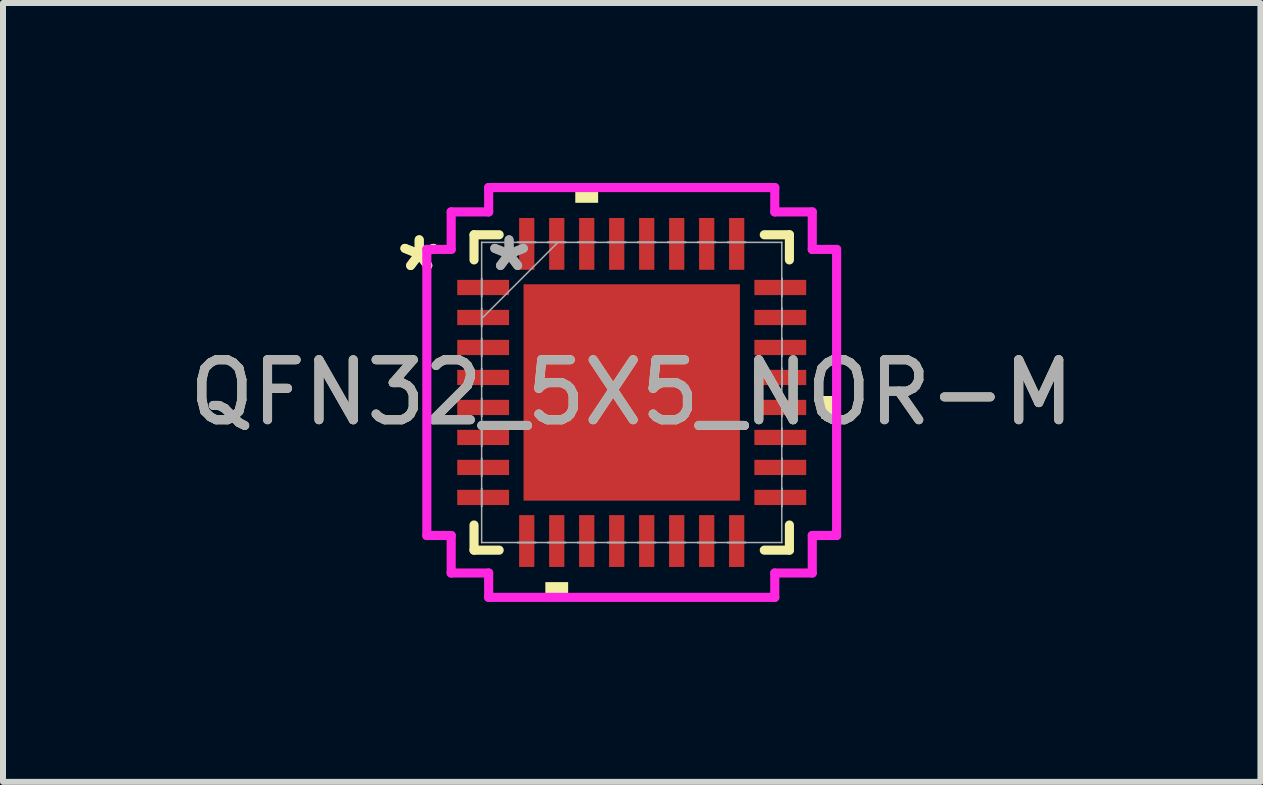
<source format=kicad_pcb>
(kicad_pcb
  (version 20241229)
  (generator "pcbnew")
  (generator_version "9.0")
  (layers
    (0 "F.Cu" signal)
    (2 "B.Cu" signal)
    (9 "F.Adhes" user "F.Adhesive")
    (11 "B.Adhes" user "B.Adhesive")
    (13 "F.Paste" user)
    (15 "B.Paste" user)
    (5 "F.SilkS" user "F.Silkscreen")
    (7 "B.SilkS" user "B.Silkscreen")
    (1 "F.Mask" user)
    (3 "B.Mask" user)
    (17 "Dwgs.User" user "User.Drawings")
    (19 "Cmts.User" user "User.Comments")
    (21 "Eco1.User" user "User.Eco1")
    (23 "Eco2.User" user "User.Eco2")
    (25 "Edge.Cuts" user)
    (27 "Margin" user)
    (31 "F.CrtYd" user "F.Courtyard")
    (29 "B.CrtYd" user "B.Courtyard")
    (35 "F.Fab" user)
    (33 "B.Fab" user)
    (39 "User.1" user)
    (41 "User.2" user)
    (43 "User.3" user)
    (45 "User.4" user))
  (footprint "QFN32_5X5_NOR-M"
    (layer "F.Cu")
    (at 7.482 3.493)
    (property "Reference" "QFN32_5X5_NOR-M" (at 0 0 0) (unlocked yes) (layer "F.SilkS") (effects (font (size 1 1) (thickness 0.15))))
    (attr smd)
    (fp_line (start -2.629 -2.629) (end -2.629 -2.21) (stroke (width 0.152) (type solid)) (layer "F.SilkS"))
    (fp_line (start -2.629 2.21) (end -2.629 2.629) (stroke (width 0.152) (type solid)) (layer "F.SilkS"))
    (fp_line (start -2.629 2.629) (end -2.21 2.629) (stroke (width 0.152) (type solid)) (layer "F.SilkS"))
    (fp_line (start -2.21 -2.629) (end -2.629 -2.629) (stroke (width 0.152) (type solid)) (layer "F.SilkS"))
    (fp_line (start 2.21 2.629) (end 2.629 2.629) (stroke (width 0.152) (type solid)) (layer "F.SilkS"))
    (fp_line (start 2.629 -2.629) (end 2.21 -2.629) (stroke (width 0.152) (type solid)) (layer "F.SilkS"))
    (fp_line (start 2.629 -2.21) (end 2.629 -2.629) (stroke (width 0.152) (type solid)) (layer "F.SilkS"))
    (fp_line (start 2.629 2.629) (end 2.629 2.21) (stroke (width 0.152) (type solid)) (layer "F.SilkS"))
    (fp_poly (pts (xy -1.44 3.162) (xy -1.44 3.416) (xy -1.06 3.416) (xy -1.06 3.162)) (stroke (width 0) (type solid)) (fill yes) (layer "F.SilkS"))
    (fp_poly (pts (xy -0.941 -3.162) (xy -0.941 -3.416) (xy -0.56 -3.416) (xy -0.56 -3.162)) (stroke (width 0) (type solid)) (fill yes) (layer "F.SilkS"))
    (fp_poly (pts (xy 3.416 0.059) (xy 3.416 0.441) (xy 3.162 0.441) (xy 3.162 0.059)) (stroke (width 0) (type solid)) (fill yes) (layer "F.SilkS"))
    (fp_poly (pts (xy -1.703 -1.703) (xy -1.703 -0.1) (xy -0.1 -0.1) (xy -0.1 -1.703)) (stroke (width 0) (type solid)) (fill yes) (layer "F.Paste"))
    (fp_poly (pts (xy -1.703 0.1) (xy -1.703 1.703) (xy -0.1 1.703) (xy -0.1 0.1)) (stroke (width 0) (type solid)) (fill yes) (layer "F.Paste"))
    (fp_poly (pts (xy 0.1 -1.703) (xy 0.1 -0.1) (xy 1.703 -0.1) (xy 1.703 -1.703)) (stroke (width 0) (type solid)) (fill yes) (layer "F.Paste"))
    (fp_poly (pts (xy 0.1 0.1) (xy 0.1 1.703) (xy 1.703 1.703) (xy 1.703 0.1)) (stroke (width 0) (type solid)) (fill yes) (layer "F.Paste"))
    (fp_line (start -3.416 -2.385) (end -3.01 -2.385) (stroke (width 0.152) (type solid)) (layer "F.CrtYd"))
    (fp_line (start -3.416 2.385) (end -3.416 -2.385) (stroke (width 0.152) (type solid)) (layer "F.CrtYd"))
    (fp_line (start -3.01 -3.01) (end -2.385 -3.01) (stroke (width 0.152) (type solid)) (layer "F.CrtYd"))
    (fp_line (start -3.01 -2.385) (end -3.01 -3.01) (stroke (width 0.152) (type solid)) (layer "F.CrtYd"))
    (fp_line (start -3.01 2.385) (end -3.416 2.385) (stroke (width 0.152) (type solid)) (layer "F.CrtYd"))
    (fp_line (start -3.01 3.01) (end -3.01 2.385) (stroke (width 0.152) (type solid)) (layer "F.CrtYd"))
    (fp_line (start -2.385 -3.416) (end 2.385 -3.416) (stroke (width 0.152) (type solid)) (layer "F.CrtYd"))
    (fp_line (start -2.385 -3.01) (end -2.385 -3.416) (stroke (width 0.152) (type solid)) (layer "F.CrtYd"))
    (fp_line (start -2.385 3.01) (end -3.01 3.01) (stroke (width 0.152) (type solid)) (layer "F.CrtYd"))
    (fp_line (start -2.385 3.416) (end -2.385 3.01) (stroke (width 0.152) (type solid)) (layer "F.CrtYd"))
    (fp_line (start 2.385 -3.416) (end 2.385 -3.01) (stroke (width 0.152) (type solid)) (layer "F.CrtYd"))
    (fp_line (start 2.385 -3.01) (end 3.01 -3.01) (stroke (width 0.152) (type solid)) (layer "F.CrtYd"))
    (fp_line (start 2.385 3.01) (end 2.385 3.416) (stroke (width 0.152) (type solid)) (layer "F.CrtYd"))
    (fp_line (start 2.385 3.416) (end -2.385 3.416) (stroke (width 0.152) (type solid)) (layer "F.CrtYd"))
    (fp_line (start 3.01 -3.01) (end 3.01 -2.385) (stroke (width 0.152) (type solid)) (layer "F.CrtYd"))
    (fp_line (start 3.01 -2.385) (end 3.416 -2.385) (stroke (width 0.152) (type solid)) (layer "F.CrtYd"))
    (fp_line (start 3.01 2.385) (end 3.01 3.01) (stroke (width 0.152) (type solid)) (layer "F.CrtYd"))
    (fp_line (start 3.01 3.01) (end 2.385 3.01) (stroke (width 0.152) (type solid)) (layer "F.CrtYd"))
    (fp_line (start 3.416 -2.385) (end 3.416 2.385) (stroke (width 0.152) (type solid)) (layer "F.CrtYd"))
    (fp_line (start 3.416 2.385) (end 3.01 2.385) (stroke (width 0.152) (type solid)) (layer "F.CrtYd"))
    (fp_line (start -2.502 -2.502) (end -2.502 -2.502) (stroke (width 0.025) (type solid)) (layer "F.Fab"))
    (fp_line (start -2.502 -2.502) (end -2.502 2.502) (stroke (width 0.025) (type solid)) (layer "F.Fab"))
    (fp_line (start -2.502 -1.902) (end -2.502 -1.902) (stroke (width 0.025) (type solid)) (layer "F.Fab"))
    (fp_line (start -2.502 -1.902) (end -2.502 -1.598) (stroke (width 0.025) (type solid)) (layer "F.Fab"))
    (fp_line (start -2.502 -1.598) (end -2.502 -1.902) (stroke (width 0.025) (type solid)) (layer "F.Fab"))
    (fp_line (start -2.502 -1.598) (end -2.502 -1.598) (stroke (width 0.025) (type solid)) (layer "F.Fab"))
    (fp_line (start -2.502 -1.402) (end -2.502 -1.402) (stroke (width 0.025) (type solid)) (layer "F.Fab"))
    (fp_line (start -2.502 -1.402) (end -2.502 -1.098) (stroke (width 0.025) (type solid)) (layer "F.Fab"))
    (fp_line (start -2.502 -1.232) (end -1.232 -2.502) (stroke (width 0.025) (type solid)) (layer "F.Fab"))
    (fp_line (start -2.502 -1.098) (end -2.502 -1.402) (stroke (width 0.025) (type solid)) (layer "F.Fab"))
    (fp_line (start -2.502 -1.098) (end -2.502 -1.098) (stroke (width 0.025) (type solid)) (layer "F.Fab"))
    (fp_line (start -2.502 -0.902) (end -2.502 -0.902) (stroke (width 0.025) (type solid)) (layer "F.Fab"))
    (fp_line (start -2.502 -0.902) (end -2.502 -0.598) (stroke (width 0.025) (type solid)) (layer "F.Fab"))
    (fp_line (start -2.502 -0.598) (end -2.502 -0.902) (stroke (width 0.025) (type solid)) (layer "F.Fab"))
    (fp_line (start -2.502 -0.598) (end -2.502 -0.598) (stroke (width 0.025) (type solid)) (layer "F.Fab"))
    (fp_line (start -2.502 -0.402) (end -2.502 -0.402) (stroke (width 0.025) (type solid)) (layer "F.Fab"))
    (fp_line (start -2.502 -0.402) (end -2.502 -0.098) (stroke (width 0.025) (type solid)) (layer "F.Fab"))
    (fp_line (start -2.502 -0.098) (end -2.502 -0.402) (stroke (width 0.025) (type solid)) (layer "F.Fab"))
    (fp_line (start -2.502 -0.098) (end -2.502 -0.098) (stroke (width 0.025) (type solid)) (layer "F.Fab"))
    (fp_line (start -2.502 0.098) (end -2.502 0.098) (stroke (width 0.025) (type solid)) (layer "F.Fab"))
    (fp_line (start -2.502 0.098) (end -2.502 0.402) (stroke (width 0.025) (type solid)) (layer "F.Fab"))
    (fp_line (start -2.502 0.402) (end -2.502 0.098) (stroke (width 0.025) (type solid)) (layer "F.Fab"))
    (fp_line (start -2.502 0.402) (end -2.502 0.402) (stroke (width 0.025) (type solid)) (layer "F.Fab"))
    (fp_line (start -2.502 0.598) (end -2.502 0.598) (stroke (width 0.025) (type solid)) (layer "F.Fab"))
    (fp_line (start -2.502 0.598) (end -2.502 0.902) (stroke (width 0.025) (type solid)) (layer "F.Fab"))
    (fp_line (start -2.502 0.902) (end -2.502 0.598) (stroke (width 0.025) (type solid)) (layer "F.Fab"))
    (fp_line (start -2.502 0.902) (end -2.502 0.902) (stroke (width 0.025) (type solid)) (layer "F.Fab"))
    (fp_line (start -2.502 1.098) (end -2.502 1.098) (stroke (width 0.025) (type solid)) (layer "F.Fab"))
    (fp_line (start -2.502 1.098) (end -2.502 1.402) (stroke (width 0.025) (type solid)) (layer "F.Fab"))
    (fp_line (start -2.502 1.402) (end -2.502 1.098) (stroke (width 0.025) (type solid)) (layer "F.Fab"))
    (fp_line (start -2.502 1.402) (end -2.502 1.402) (stroke (width 0.025) (type solid)) (layer "F.Fab"))
    (fp_line (start -2.502 1.598) (end -2.502 1.598) (stroke (width 0.025) (type solid)) (layer "F.Fab"))
    (fp_line (start -2.502 1.598) (end -2.502 1.902) (stroke (width 0.025) (type solid)) (layer "F.Fab"))
    (fp_line (start -2.502 1.902) (end -2.502 1.598) (stroke (width 0.025) (type solid)) (layer "F.Fab"))
    (fp_line (start -2.502 1.902) (end -2.502 1.902) (stroke (width 0.025) (type solid)) (layer "F.Fab"))
    (fp_line (start -2.502 2.502) (end -2.502 2.502) (stroke (width 0.025) (type solid)) (layer "F.Fab"))
    (fp_line (start -2.502 2.502) (end 2.502 2.502) (stroke (width 0.025) (type solid)) (layer "F.Fab"))
    (fp_line (start -1.902 -2.502) (end -1.902 -2.502) (stroke (width 0.025) (type solid)) (layer "F.Fab"))
    (fp_line (start -1.902 -2.502) (end -1.598 -2.502) (stroke (width 0.025) (type solid)) (layer "F.Fab"))
    (fp_line (start -1.902 2.502) (end -1.902 2.502) (stroke (width 0.025) (type solid)) (layer "F.Fab"))
    (fp_line (start -1.902 2.502) (end -1.598 2.502) (stroke (width 0.025) (type solid)) (layer "F.Fab"))
    (fp_line (start -1.598 -2.502) (end -1.902 -2.502) (stroke (width 0.025) (type solid)) (layer "F.Fab"))
    (fp_line (start -1.598 -2.502) (end -1.598 -2.502) (stroke (width 0.025) (type solid)) (layer "F.Fab"))
    (fp_line (start -1.598 2.502) (end -1.902 2.502) (stroke (width 0.025) (type solid)) (layer "F.Fab"))
    (fp_line (start -1.598 2.502) (end -1.598 2.502) (stroke (width 0.025) (type solid)) (layer "F.Fab"))
    (fp_line (start -1.402 -2.502) (end -1.402 -2.502) (stroke (width 0.025) (type solid)) (layer "F.Fab"))
    (fp_line (start -1.402 -2.502) (end -1.098 -2.502) (stroke (width 0.025) (type solid)) (layer "F.Fab"))
    (fp_line (start -1.402 2.502) (end -1.402 2.502) (stroke (width 0.025) (type solid)) (layer "F.Fab"))
    (fp_line (start -1.402 2.502) (end -1.098 2.502) (stroke (width 0.025) (type solid)) (layer "F.Fab"))
    (fp_line (start -1.098 -2.502) (end -1.402 -2.502) (stroke (width 0.025) (type solid)) (layer "F.Fab"))
    (fp_line (start -1.098 -2.502) (end -1.098 -2.502) (stroke (width 0.025) (type solid)) (layer "F.Fab"))
    (fp_line (start -1.098 2.502) (end -1.402 2.502) (stroke (width 0.025) (type solid)) (layer "F.Fab"))
    (fp_line (start -1.098 2.502) (end -1.098 2.502) (stroke (width 0.025) (type solid)) (layer "F.Fab"))
    (fp_line (start -0.902 -2.502) (end -0.902 -2.502) (stroke (width 0.025) (type solid)) (layer "F.Fab"))
    (fp_line (start -0.902 -2.502) (end -0.598 -2.502) (stroke (width 0.025) (type solid)) (layer "F.Fab"))
    (fp_line (start -0.902 2.502) (end -0.902 2.502) (stroke (width 0.025) (type solid)) (layer "F.Fab"))
    (fp_line (start -0.902 2.502) (end -0.598 2.502) (stroke (width 0.025) (type solid)) (layer "F.Fab"))
    (fp_line (start -0.598 -2.502) (end -0.902 -2.502) (stroke (width 0.025) (type solid)) (layer "F.Fab"))
    (fp_line (start -0.598 -2.502) (end -0.598 -2.502) (stroke (width 0.025) (type solid)) (layer "F.Fab"))
    (fp_line (start -0.598 2.502) (end -0.902 2.502) (stroke (width 0.025) (type solid)) (layer "F.Fab"))
    (fp_line (start -0.598 2.502) (end -0.598 2.502) (stroke (width 0.025) (type solid)) (layer "F.Fab"))
    (fp_line (start -0.402 -2.502) (end -0.402 -2.502) (stroke (width 0.025) (type solid)) (layer "F.Fab"))
    (fp_line (start -0.402 -2.502) (end -0.098 -2.502) (stroke (width 0.025) (type solid)) (layer "F.Fab"))
    (fp_line (start -0.402 2.502) (end -0.402 2.502) (stroke (width 0.025) (type solid)) (layer "F.Fab"))
    (fp_line (start -0.402 2.502) (end -0.098 2.502) (stroke (width 0.025) (type solid)) (layer "F.Fab"))
    (fp_line (start -0.098 -2.502) (end -0.402 -2.502) (stroke (width 0.025) (type solid)) (layer "F.Fab"))
    (fp_line (start -0.098 -2.502) (end -0.098 -2.502) (stroke (width 0.025) (type solid)) (layer "F.Fab"))
    (fp_line (start -0.098 2.502) (end -0.402 2.502) (stroke (width 0.025) (type solid)) (layer "F.Fab"))
    (fp_line (start -0.098 2.502) (end -0.098 2.502) (stroke (width 0.025) (type solid)) (layer "F.Fab"))
    (fp_line (start 0.098 -2.502) (end 0.098 -2.502) (stroke (width 0.025) (type solid)) (layer "F.Fab"))
    (fp_line (start 0.098 -2.502) (end 0.402 -2.502) (stroke (width 0.025) (type solid)) (layer "F.Fab"))
    (fp_line (start 0.098 2.502) (end 0.098 2.502) (stroke (width 0.025) (type solid)) (layer "F.Fab"))
    (fp_line (start 0.098 2.502) (end 0.402 2.502) (stroke (width 0.025) (type solid)) (layer "F.Fab"))
    (fp_line (start 0.402 -2.502) (end 0.098 -2.502) (stroke (width 0.025) (type solid)) (layer "F.Fab"))
    (fp_line (start 0.402 -2.502) (end 0.402 -2.502) (stroke (width 0.025) (type solid)) (layer "F.Fab"))
    (fp_line (start 0.402 2.502) (end 0.098 2.502) (stroke (width 0.025) (type solid)) (layer "F.Fab"))
    (fp_line (start 0.402 2.502) (end 0.402 2.502) (stroke (width 0.025) (type solid)) (layer "F.Fab"))
    (fp_line (start 0.598 -2.502) (end 0.598 -2.502) (stroke (width 0.025) (type solid)) (layer "F.Fab"))
    (fp_line (start 0.598 -2.502) (end 0.902 -2.502) (stroke (width 0.025) (type solid)) (layer "F.Fab"))
    (fp_line (start 0.598 2.502) (end 0.598 2.502) (stroke (width 0.025) (type solid)) (layer "F.Fab"))
    (fp_line (start 0.598 2.502) (end 0.902 2.502) (stroke (width 0.025) (type solid)) (layer "F.Fab"))
    (fp_line (start 0.902 -2.502) (end 0.598 -2.502) (stroke (width 0.025) (type solid)) (layer "F.Fab"))
    (fp_line (start 0.902 -2.502) (end 0.902 -2.502) (stroke (width 0.025) (type solid)) (layer "F.Fab"))
    (fp_line (start 0.902 2.502) (end 0.598 2.502) (stroke (width 0.025) (type solid)) (layer "F.Fab"))
    (fp_line (start 0.902 2.502) (end 0.902 2.502) (stroke (width 0.025) (type solid)) (layer "F.Fab"))
    (fp_line (start 1.098 -2.502) (end 1.098 -2.502) (stroke (width 0.025) (type solid)) (layer "F.Fab"))
    (fp_line (start 1.098 -2.502) (end 1.402 -2.502) (stroke (width 0.025) (type solid)) (layer "F.Fab"))
    (fp_line (start 1.098 2.502) (end 1.098 2.502) (stroke (width 0.025) (type solid)) (layer "F.Fab"))
    (fp_line (start 1.098 2.502) (end 1.402 2.502) (stroke (width 0.025) (type solid)) (layer "F.Fab"))
    (fp_line (start 1.402 -2.502) (end 1.098 -2.502) (stroke (width 0.025) (type solid)) (layer "F.Fab"))
    (fp_line (start 1.402 -2.502) (end 1.402 -2.502) (stroke (width 0.025) (type solid)) (layer "F.Fab"))
    (fp_line (start 1.402 2.502) (end 1.098 2.502) (stroke (width 0.025) (type solid)) (layer "F.Fab"))
    (fp_line (start 1.402 2.502) (end 1.402 2.502) (stroke (width 0.025) (type solid)) (layer "F.Fab"))
    (fp_line (start 1.598 -2.502) (end 1.598 -2.502) (stroke (width 0.025) (type solid)) (layer "F.Fab"))
    (fp_line (start 1.598 -2.502) (end 1.902 -2.502) (stroke (width 0.025) (type solid)) (layer "F.Fab"))
    (fp_line (start 1.598 2.502) (end 1.598 2.502) (stroke (width 0.025) (type solid)) (layer "F.Fab"))
    (fp_line (start 1.598 2.502) (end 1.902 2.502) (stroke (width 0.025) (type solid)) (layer "F.Fab"))
    (fp_line (start 1.902 -2.502) (end 1.598 -2.502) (stroke (width 0.025) (type solid)) (layer "F.Fab"))
    (fp_line (start 1.902 -2.502) (end 1.902 -2.502) (stroke (width 0.025) (type solid)) (layer "F.Fab"))
    (fp_line (start 1.902 2.502) (end 1.598 2.502) (stroke (width 0.025) (type solid)) (layer "F.Fab"))
    (fp_line (start 1.902 2.502) (end 1.902 2.502) (stroke (width 0.025) (type solid)) (layer "F.Fab"))
    (fp_line (start 2.502 -2.502) (end -2.502 -2.502) (stroke (width 0.025) (type solid)) (layer "F.Fab"))
    (fp_line (start 2.502 -2.502) (end 2.502 -2.502) (stroke (width 0.025) (type solid)) (layer "F.Fab"))
    (fp_line (start 2.502 -1.902) (end 2.502 -1.902) (stroke (width 0.025) (type solid)) (layer "F.Fab"))
    (fp_line (start 2.502 -1.902) (end 2.502 -1.598) (stroke (width 0.025) (type solid)) (layer "F.Fab"))
    (fp_line (start 2.502 -1.598) (end 2.502 -1.902) (stroke (width 0.025) (type solid)) (layer "F.Fab"))
    (fp_line (start 2.502 -1.598) (end 2.502 -1.598) (stroke (width 0.025) (type solid)) (layer "F.Fab"))
    (fp_line (start 2.502 -1.402) (end 2.502 -1.402) (stroke (width 0.025) (type solid)) (layer "F.Fab"))
    (fp_line (start 2.502 -1.402) (end 2.502 -1.098) (stroke (width 0.025) (type solid)) (layer "F.Fab"))
    (fp_line (start 2.502 -1.098) (end 2.502 -1.402) (stroke (width 0.025) (type solid)) (layer "F.Fab"))
    (fp_line (start 2.502 -1.098) (end 2.502 -1.098) (stroke (width 0.025) (type solid)) (layer "F.Fab"))
    (fp_line (start 2.502 -0.902) (end 2.502 -0.902) (stroke (width 0.025) (type solid)) (layer "F.Fab"))
    (fp_line (start 2.502 -0.902) (end 2.502 -0.598) (stroke (width 0.025) (type solid)) (layer "F.Fab"))
    (fp_line (start 2.502 -0.598) (end 2.502 -0.902) (stroke (width 0.025) (type solid)) (layer "F.Fab"))
    (fp_line (start 2.502 -0.598) (end 2.502 -0.598) (stroke (width 0.025) (type solid)) (layer "F.Fab"))
    (fp_line (start 2.502 -0.402) (end 2.502 -0.402) (stroke (width 0.025) (type solid)) (layer "F.Fab"))
    (fp_line (start 2.502 -0.402) (end 2.502 -0.098) (stroke (width 0.025) (type solid)) (layer "F.Fab"))
    (fp_line (start 2.502 -0.098) (end 2.502 -0.402) (stroke (width 0.025) (type solid)) (layer "F.Fab"))
    (fp_line (start 2.502 -0.098) (end 2.502 -0.098) (stroke (width 0.025) (type solid)) (layer "F.Fab"))
    (fp_line (start 2.502 0.098) (end 2.502 0.098) (stroke (width 0.025) (type solid)) (layer "F.Fab"))
    (fp_line (start 2.502 0.098) (end 2.502 0.402) (stroke (width 0.025) (type solid)) (layer "F.Fab"))
    (fp_line (start 2.502 0.402) (end 2.502 0.098) (stroke (width 0.025) (type solid)) (layer "F.Fab"))
    (fp_line (start 2.502 0.402) (end 2.502 0.402) (stroke (width 0.025) (type solid)) (layer "F.Fab"))
    (fp_line (start 2.502 0.598) (end 2.502 0.598) (stroke (width 0.025) (type solid)) (layer "F.Fab"))
    (fp_line (start 2.502 0.598) (end 2.502 0.902) (stroke (width 0.025) (type solid)) (layer "F.Fab"))
    (fp_line (start 2.502 0.902) (end 2.502 0.598) (stroke (width 0.025) (type solid)) (layer "F.Fab"))
    (fp_line (start 2.502 0.902) (end 2.502 0.902) (stroke (width 0.025) (type solid)) (layer "F.Fab"))
    (fp_line (start 2.502 1.098) (end 2.502 1.098) (stroke (width 0.025) (type solid)) (layer "F.Fab"))
    (fp_line (start 2.502 1.098) (end 2.502 1.402) (stroke (width 0.025) (type solid)) (layer "F.Fab"))
    (fp_line (start 2.502 1.402) (end 2.502 1.098) (stroke (width 0.025) (type solid)) (layer "F.Fab"))
    (fp_line (start 2.502 1.402) (end 2.502 1.402) (stroke (width 0.025) (type solid)) (layer "F.Fab"))
    (fp_line (start 2.502 1.598) (end 2.502 1.598) (stroke (width 0.025) (type solid)) (layer "F.Fab"))
    (fp_line (start 2.502 1.598) (end 2.502 1.902) (stroke (width 0.025) (type solid)) (layer "F.Fab"))
    (fp_line (start 2.502 1.902) (end 2.502 1.598) (stroke (width 0.025) (type solid)) (layer "F.Fab"))
    (fp_line (start 2.502 1.902) (end 2.502 1.902) (stroke (width 0.025) (type solid)) (layer "F.Fab"))
    (fp_line (start 2.502 2.502) (end 2.502 -2.502) (stroke (width 0.025) (type solid)) (layer "F.Fab"))
    (fp_line (start 2.502 2.502) (end 2.502 2.502) (stroke (width 0.025) (type solid)) (layer "F.Fab"))
    (fp_text user "*" (at -3.543 -2 0) (layer "F.SilkS") (effects (font (size 1 1) (thickness 0.15))))
    (fp_text user "*" (at -3.543 -2 0) (unlocked yes) (layer "F.SilkS") (effects (font (size 1 1) (thickness 0.15))))
    (fp_text user "*" (at -2.045 -2 0) (layer "F.Fab") (effects (font (size 1 1) (thickness 0.15))))
    (fp_text user "${REFERENCE}" (at 0 0 0) (unlocked yes) (layer "F.Fab") (effects (font (size 1 1) (thickness 0.15))))
    (fp_text user "*" (at -2.045 -2 0) (unlocked yes) (layer "F.Fab") (effects (font (size 1 1) (thickness 0.15))))
    (pad "1" smd rect (at -2.477 -1.75 90) (size 0.254 0.864) (layers "F.Cu" "F.Mask" "F.Paste"))
    (pad "2" smd rect (at -2.477 -1.25 90) (size 0.254 0.864) (layers "F.Cu" "F.Mask" "F.Paste"))
    (pad "3" smd rect (at -2.477 -0.75 90) (size 0.254 0.864) (layers "F.Cu" "F.Mask" "F.Paste"))
    (pad "4" smd rect (at -2.477 -0.25 90) (size 0.254 0.864) (layers "F.Cu" "F.Mask" "F.Paste"))
    (pad "5" smd rect (at -2.477 0.25 90) (size 0.254 0.864) (layers "F.Cu" "F.Mask" "F.Paste"))
    (pad "6" smd rect (at -2.477 0.75 90) (size 0.254 0.864) (layers "F.Cu" "F.Mask" "F.Paste"))
    (pad "7" smd rect (at -2.477 1.25 90) (size 0.254 0.864) (layers "F.Cu" "F.Mask" "F.Paste"))
    (pad "8" smd rect (at -2.477 1.75 90) (size 0.254 0.864) (layers "F.Cu" "F.Mask" "F.Paste"))
    (pad "9" smd rect (at -1.75 2.477) (size 0.254 0.864) (layers "F.Cu" "F.Mask" "F.Paste"))
    (pad "10" smd rect (at -1.25 2.477) (size 0.254 0.864) (layers "F.Cu" "F.Mask" "F.Paste"))
    (pad "11" smd rect (at -0.75 2.477) (size 0.254 0.864) (layers "F.Cu" "F.Mask" "F.Paste"))
    (pad "12" smd rect (at -0.25 2.477) (size 0.254 0.864) (layers "F.Cu" "F.Mask" "F.Paste"))
    (pad "13" smd rect (at 0.25 2.477) (size 0.254 0.864) (layers "F.Cu" "F.Mask" "F.Paste"))
    (pad "14" smd rect (at 0.75 2.477) (size 0.254 0.864) (layers "F.Cu" "F.Mask" "F.Paste"))
    (pad "15" smd rect (at 1.25 2.477) (size 0.254 0.864) (layers "F.Cu" "F.Mask" "F.Paste"))
    (pad "16" smd rect (at 1.75 2.477) (size 0.254 0.864) (layers "F.Cu" "F.Mask" "F.Paste"))
    (pad "17" smd rect (at 2.477 1.75 90) (size 0.254 0.864) (layers "F.Cu" "F.Mask" "F.Paste"))
    (pad "18" smd rect (at 2.477 1.25 90) (size 0.254 0.864) (layers "F.Cu" "F.Mask" "F.Paste"))
    (pad "19" smd rect (at 2.477 0.75 90) (size 0.254 0.864) (layers "F.Cu" "F.Mask" "F.Paste"))
    (pad "20" smd rect (at 2.477 0.25 90) (size 0.254 0.864) (layers "F.Cu" "F.Mask" "F.Paste"))
    (pad "21" smd rect (at 2.477 -0.25 90) (size 0.254 0.864) (layers "F.Cu" "F.Mask" "F.Paste"))
    (pad "22" smd rect (at 2.477 -0.75 90) (size 0.254 0.864) (layers "F.Cu" "F.Mask" "F.Paste"))
    (pad "23" smd rect (at 2.477 -1.25 90) (size 0.254 0.864) (layers "F.Cu" "F.Mask" "F.Paste"))
    (pad "24" smd rect (at 2.477 -1.75 90) (size 0.254 0.864) (layers "F.Cu" "F.Mask" "F.Paste"))
    (pad "25" smd rect (at 1.75 -2.477) (size 0.254 0.864) (layers "F.Cu" "F.Mask" "F.Paste"))
    (pad "26" smd rect (at 1.25 -2.477) (size 0.254 0.864) (layers "F.Cu" "F.Mask" "F.Paste"))
    (pad "27" smd rect (at 0.75 -2.477) (size 0.254 0.864) (layers "F.Cu" "F.Mask" "F.Paste"))
    (pad "28" smd rect (at 0.25 -2.477) (size 0.254 0.864) (layers "F.Cu" "F.Mask" "F.Paste"))
    (pad "29" smd rect (at -0.25 -2.477) (size 0.254 0.864) (layers "F.Cu" "F.Mask" "F.Paste"))
    (pad "30" smd rect (at -0.75 -2.477) (size 0.254 0.864) (layers "F.Cu" "F.Mask" "F.Paste"))
    (pad "31" smd rect (at -1.25 -2.477) (size 0.254 0.864) (layers "F.Cu" "F.Mask" "F.Paste"))
    (pad "32" smd rect (at -1.75 -2.477) (size 0.254 0.864) (layers "F.Cu" "F.Mask" "F.Paste"))
    (pad "33" smd rect (at 0 0) (size 3.607 3.607) (layers "F.Cu" "F.Mask" "F.Paste")))
  (gr_rect
    (start -3 -3)
    (end 17.964 9.985)
    (stroke (width 0.1) (type default))
    (fill no)
    (layer "Edge.Cuts")))
</source>
